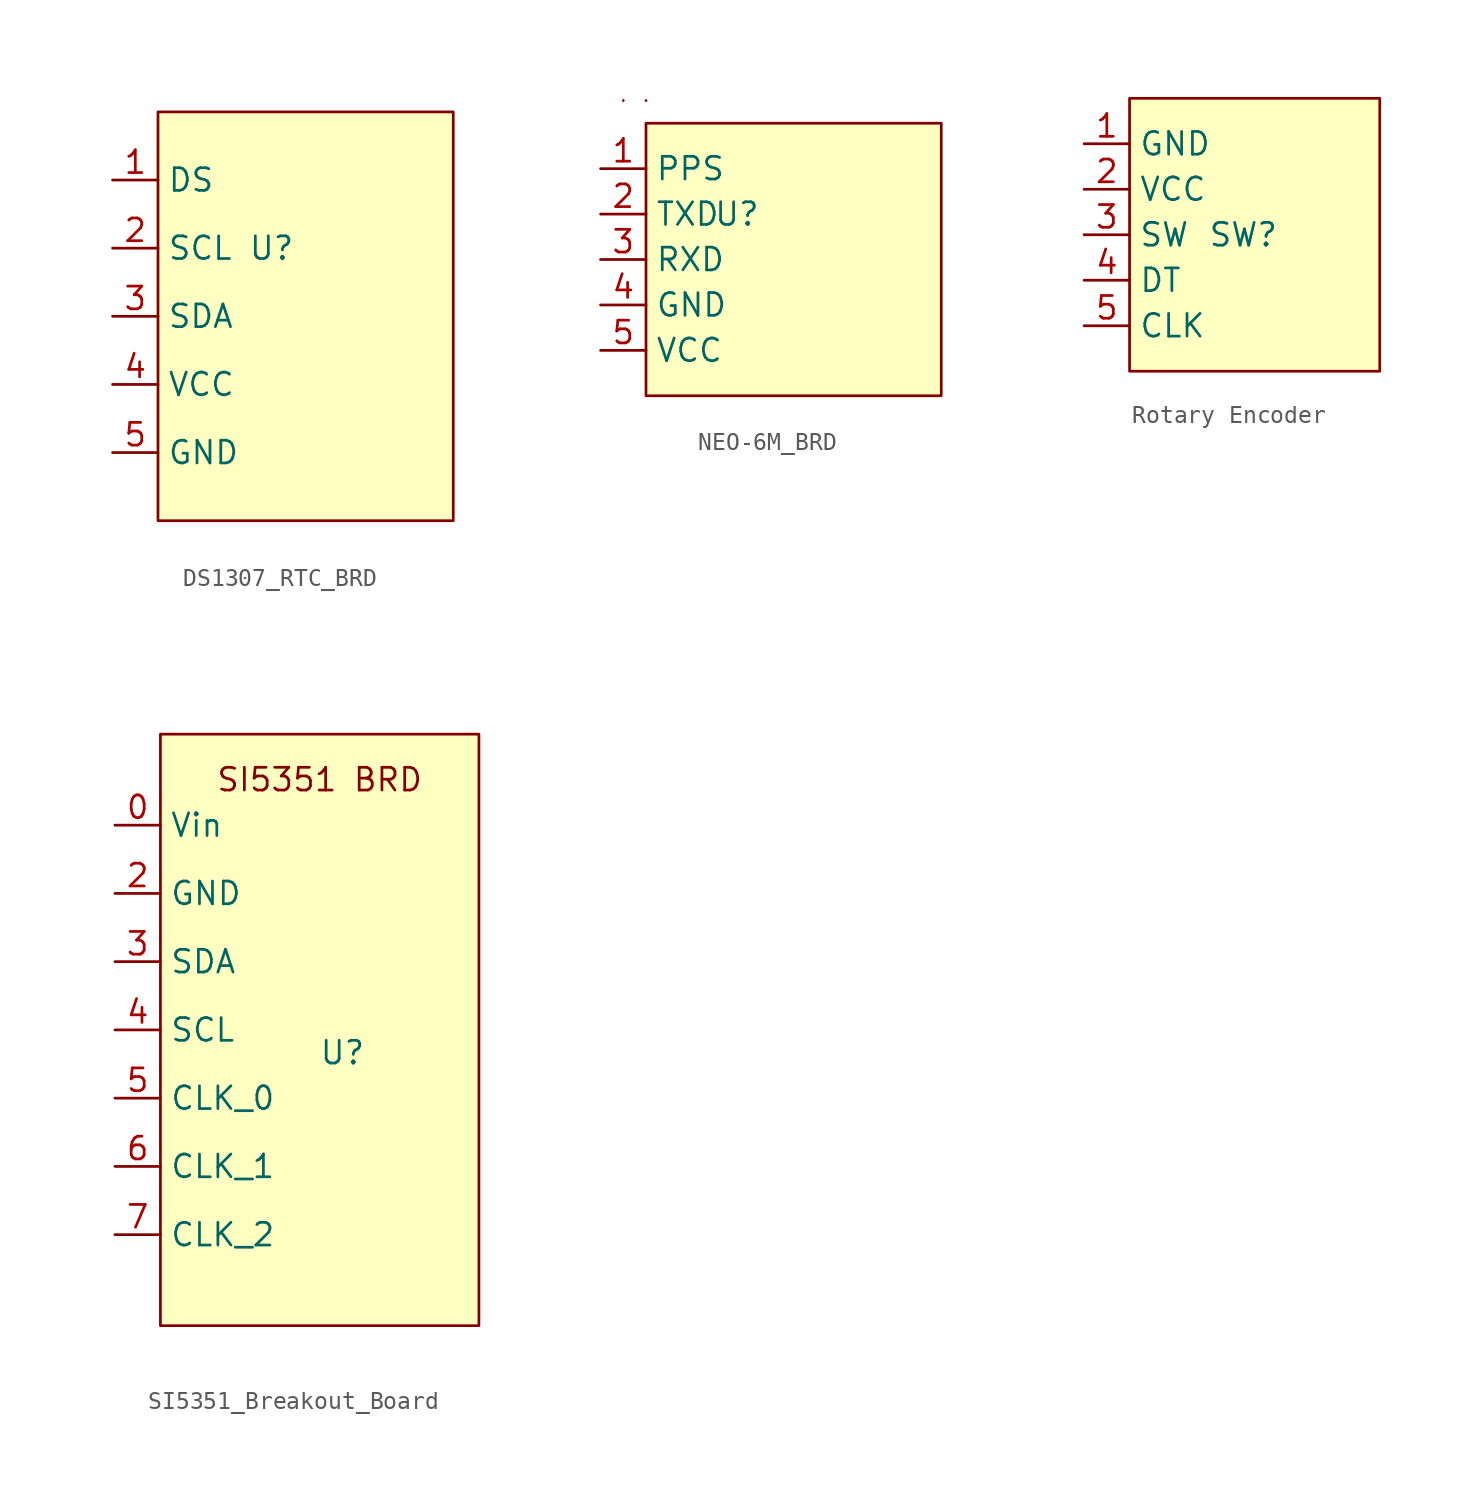
<source format=kicad_sym>
(kicad_symbol_lib
  (version 20220914)
  (generator kicad_symbol_editor)
  (symbol "DS1307_RTC_BRD"
    (property "Reference" "U"
      (at 0 0 0)
      (effects (font (size 1.27 1.27))))
    (property "Value" ""
      (at 0 0 0)
      (effects (font (size 1.27 1.27))))
    (symbol "DS1307_RTC_BRD_1_1"
      (rectangle (start -6.35 7.62) (end 10.16 -15.24) (stroke (width 0) (type default)) (fill (type background)))
      (pin input line (at -8.89 3.81 0) (length 2.54) (name "DS" (effects (font (size 1.27 1.27)))) (number "1" (effects (font (size 1.27 1.27)))))
      (pin bidirectional line (at -8.89 0 0) (length 2.54) (name "SCL" (effects (font (size 1.27 1.27)))) (number "2" (effects (font (size 1.27 1.27)))))
      (pin bidirectional line (at -8.89 -3.81 0) (length 2.54) (name "SDA" (effects (font (size 1.27 1.27)))) (number "3" (effects (font (size 1.27 1.27)))))
      (pin power_in line (at -8.89 -7.62 0) (length 2.54) (name "VCC" (effects (font (size 1.27 1.27)))) (number "4" (effects (font (size 1.27 1.27)))))
      (pin power_in line (at -8.89 -11.43 0) (length 2.54) (name "GND" (effects (font (size 1.27 1.27)))) (number "5" (effects (font (size 1.27 1.27)))))))
  (symbol "NEO-6M_BRD"
    (property "Reference" "U"
      (at 0 0 0)
      (effects (font (size 1.27 1.27))))
    (property "Value" ""
      (at 0 0 0)
      (effects (font (size 1.27 1.27))))
    (symbol "NEO-6M_BRD_0_1"
      (rectangle (start -6.35 6.35) (end -6.35 6.35) (stroke (width 0) (type default)) (fill (type none)))
      (rectangle (start -5.08 6.35) (end -5.08 6.35) (stroke (width 0) (type default)) (fill (type none))))
    (symbol "NEO-6M_BRD_1_1"
      (rectangle (start -5.08 5.08) (end 11.43 -10.16) (stroke (width 0) (type default)) (fill (type background)))
      (pin output line (at -7.62 2.54 0) (length 2.54) (name "PPS" (effects (font (size 1.27 1.27)))) (number "1" (effects (font (size 1.27 1.27)))))
      (pin bidirectional line (at -7.62 0 0) (length 2.54) (name "TXD" (effects (font (size 1.27 1.27)))) (number "2" (effects (font (size 1.27 1.27)))))
      (pin bidirectional line (at -7.62 -2.54 0) (length 2.54) (name "RXD" (effects (font (size 1.27 1.27)))) (number "3" (effects (font (size 1.27 1.27)))))
      (pin power_in line (at -7.62 -5.08 0) (length 2.54) (name "GND" (effects (font (size 1.27 1.27)))) (number "4" (effects (font (size 1.27 1.27)))))
      (pin power_in line (at -7.62 -7.62 0) (length 2.54) (name "VCC" (effects (font (size 1.27 1.27)))) (number "5" (effects (font (size 1.27 1.27)))))))
  (symbol "Rotary Encoder"
    (property "Reference" "SW"
      (at -1.27 5.08 0)
      (effects (font (size 1.27 1.27))))
    (property "Value" ""
      (at 0 0 0)
      (effects (font (size 1.27 1.27))))
    (symbol "Rotary Encoder_1_1"
      (rectangle (start -7.62 12.7) (end 6.35 -2.54) (stroke (width 0) (type default)) (fill (type background)))
      (pin input line (at -10.16 10.16 0) (length 2.54) (name "GND" (effects (font (size 1.27 1.27)))) (number "1" (effects (font (size 1.27 1.27)))))
      (pin input line (at -10.16 7.62 0) (length 2.54) (name "VCC" (effects (font (size 1.27 1.27)))) (number "2" (effects (font (size 1.27 1.27)))))
      (pin output line (at -10.16 5.08 0) (length 2.54) (name "SW" (effects (font (size 1.27 1.27)))) (number "3" (effects (font (size 1.27 1.27)))))
      (pin output line (at -10.16 2.54 0) (length 2.54) (name "DT" (effects (font (size 1.27 1.27)))) (number "4" (effects (font (size 1.27 1.27)))))
      (pin output line (at -10.16 0 0) (length 2.54) (name "CLK" (effects (font (size 1.27 1.27)))) (number "5" (effects (font (size 1.27 1.27)))))))
  (symbol "SI5351_Breakout_Board"
    (property "Reference" "U"
      (at 0 0 0)
      (effects (font (size 1.27 1.27))))
    (property "Value" ""
      (at 0 0 0)
      (effects (font (size 1.27 1.27))))
    (symbol "SI5351_Breakout_Board_1_1"
      (rectangle (start -10.16 17.78) (end 7.62 -15.24) (stroke (width 0) (type default)) (fill (type background)))
      (text "SI5351 BRD" (at -1.27 15.24 0) (effects (font (size 1.27 1.27))))
      (pin input line (at -12.7 12.7 0) (length 2.54) (name "Vin" (effects (font (size 1.27 1.27)))) (number "0" (effects (font (size 1.27 1.27)))))
      (pin input line (at -12.7 8.89 0) (length 2.54) (name "GND" (effects (font (size 1.27 1.27)))) (number "2" (effects (font (size 1.27 1.27)))))
      (pin input line (at -12.7 5.08 0) (length 2.54) (name "SDA" (effects (font (size 1.27 1.27)))) (number "3" (effects (font (size 1.27 1.27)))))
      (pin input line (at -12.7 1.27 0) (length 2.54) (name "SCL" (effects (font (size 1.27 1.27)))) (number "4" (effects (font (size 1.27 1.27)))))
      (pin output line (at -12.7 -2.54 0) (length 2.54) (name "CLK_0" (effects (font (size 1.27 1.27)))) (number "5" (effects (font (size 1.27 1.27)))))
      (pin output line (at -12.7 -6.35 0) (length 2.54) (name "CLK_1" (effects (font (size 1.27 1.27)))) (number "6" (effects (font (size 1.27 1.27)))))
      (pin output line (at -12.7 -10.16 0) (length 2.54) (name "CLK_2" (effects (font (size 1.27 1.27)))) (number "7" (effects (font (size 1.27 1.27))))))))
</source>
